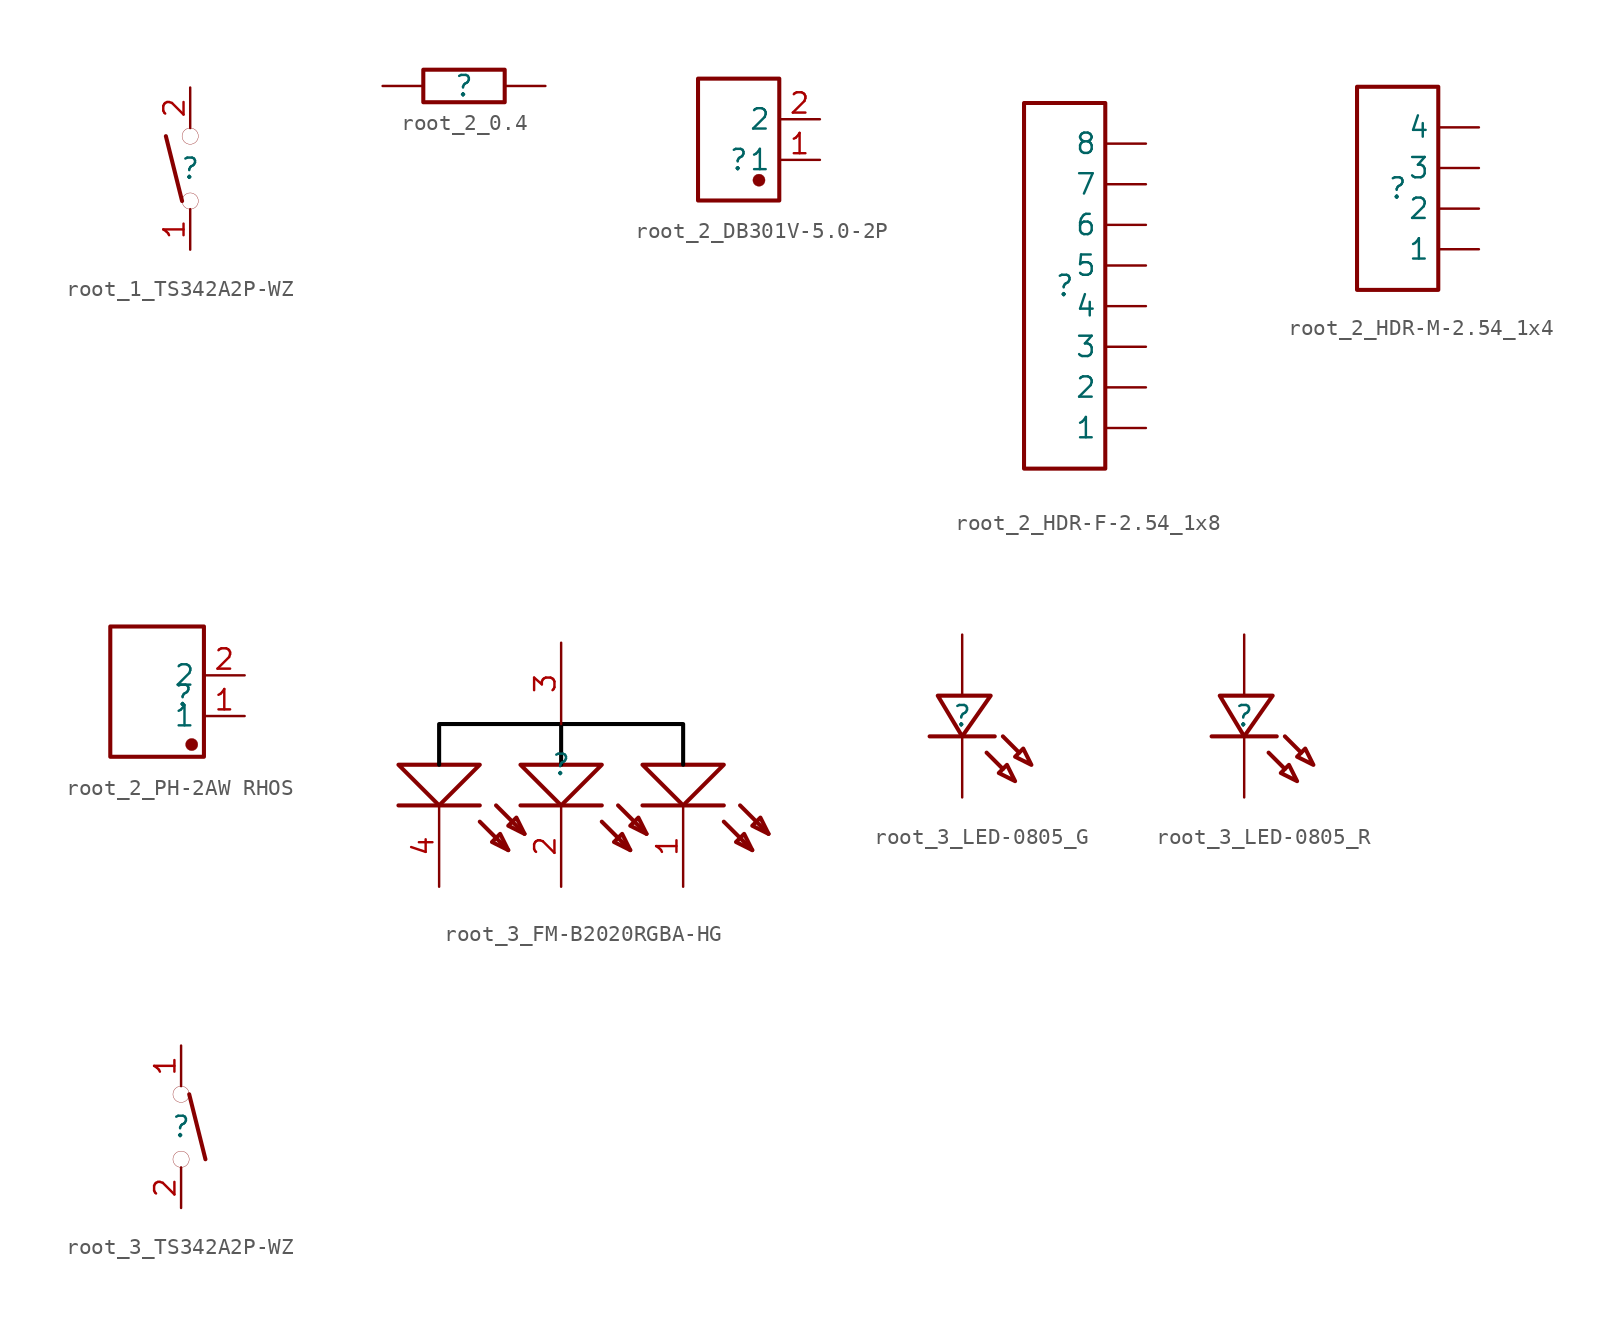
<source format=kicad_sym>
(kicad_symbol_lib
  (version 20220914)
  (generator kicad_symbol_editor)
  (symbol "root_1_TS342A2P-WZ"
    (property "Reference" ""
      (at 0 0 0)
      (effects (font (size 1.27 1.27))))
    (property "Value" ""
      (at 0 0 0)
      (effects (font (size 1.27 1.27))))
    (symbol "root_1_TS342A2P-WZ_1_0"
      (circle (center 0 -2.032) (radius 0.508) (stroke (width 0.0001) (type solid)) (fill (type none)))
      (polyline (pts (xy -1.524 2.032) (xy -0.508 -2.032)) (stroke (width 0.254) (type solid) (color 136 0 0 1)) (fill (type none)))
      (circle (center 0 2.032) (radius 0.508) (stroke (width 0.0001) (type solid)) (fill (type none)))
      (pin passive line (at 0 -5.08 90) (length 2.54) (name "1" (effects (font (size 0 0)))) (number "1" (effects (font (size 1.27 1.27)))))
      (pin passive line (at 0 5.08 270) (length 2.54) (name "2" (effects (font (size 0 0)))) (number "2" (effects (font (size 1.27 1.27)))))))
  (symbol "root_2_0.4"
    (property "Reference" ""
      (at 0 0 0)
      (effects (font (size 1.27 1.27))))
    (property "Value" ""
      (at 0 0 0)
      (effects (font (size 1.27 1.27))))
    (symbol "root_2_0.4_1_0"
      (rectangle (start 2.54 1.016) (end -2.54 -1.016) (stroke (width 0.254) (type solid)) (fill (type none)))
      (pin passive line (at 5.08 0 180) (length 2.54) (name "1" (effects (font (size 0 0)))) (number "1" (effects (font (size 0 0)))))
      (pin passive line (at -5.08 0 0) (length 2.54) (name "2" (effects (font (size 0 0)))) (number "2" (effects (font (size 0 0)))))))
  (symbol "root_2_DB301V-5.0-2P"
    (property "Reference" ""
      (at 0 0 0)
      (effects (font (size 1.27 1.27))))
    (property "Value" ""
      (at 0 0 0)
      (effects (font (size 1.27 1.27))))
    (symbol "root_2_DB301V-5.0-2P_1_0"
      (circle (center 1.27 -1.27) (radius 0.381) (stroke (width 0.0001) (type solid)) (fill (type color) (color 136 0 0 1)))
      (rectangle (start 2.54 5.08) (end -2.54 -2.54) (stroke (width 0.254) (type solid)) (fill (type none)))
      (pin passive line (at 5.08 0 180) (length 2.54) (name "1" (effects (font (size 1.27 1.27)))) (number "1" (effects (font (size 1.27 1.27)))))
      (pin passive line (at 5.08 2.54 180) (length 2.54) (name "2" (effects (font (size 1.27 1.27)))) (number "2" (effects (font (size 1.27 1.27)))))))
  (symbol "root_2_HDR-F-2.54_1x8"
    (property "Reference" ""
      (at 0 0 0)
      (effects (font (size 1.27 1.27))))
    (property "Value" ""
      (at 0 0 0)
      (effects (font (size 1.27 1.27))))
    (symbol "root_2_HDR-F-2.54_1x8_1_0"
      (rectangle (start 2.54 11.43) (end -2.54 -11.43) (stroke (width 0.254) (type solid)) (fill (type none)))
      (pin passive line (at 5.08 -8.89 180) (length 2.54) (name "1" (effects (font (size 1.27 1.27)))) (number "1" (effects (font (size 0 0)))))
      (pin passive line (at 5.08 -6.35 180) (length 2.54) (name "2" (effects (font (size 1.27 1.27)))) (number "2" (effects (font (size 0 0)))))
      (pin passive line (at 5.08 -3.81 180) (length 2.54) (name "3" (effects (font (size 1.27 1.27)))) (number "3" (effects (font (size 0 0)))))
      (pin passive line (at 5.08 -1.27 180) (length 2.54) (name "4" (effects (font (size 1.27 1.27)))) (number "4" (effects (font (size 0 0)))))
      (pin passive line (at 5.08 1.27 180) (length 2.54) (name "5" (effects (font (size 1.27 1.27)))) (number "5" (effects (font (size 0 0)))))
      (pin passive line (at 5.08 3.81 180) (length 2.54) (name "6" (effects (font (size 1.27 1.27)))) (number "6" (effects (font (size 0 0)))))
      (pin passive line (at 5.08 6.35 180) (length 2.54) (name "7" (effects (font (size 1.27 1.27)))) (number "7" (effects (font (size 0 0)))))
      (pin passive line (at 5.08 8.89 180) (length 2.54) (name "8" (effects (font (size 1.27 1.27)))) (number "8" (effects (font (size 0 0)))))))
  (symbol "root_2_HDR-M-2.54_1x4"
    (property "Reference" ""
      (at 0 0 0)
      (effects (font (size 1.27 1.27))))
    (property "Value" ""
      (at 0 0 0)
      (effects (font (size 1.27 1.27))))
    (symbol "root_2_HDR-M-2.54_1x4_1_0"
      (rectangle (start 2.54 6.35) (end -2.54 -6.35) (stroke (width 0.254) (type solid)) (fill (type none)))
      (pin passive line (at 5.08 -3.81 180) (length 2.54) (name "1" (effects (font (size 1.27 1.27)))) (number "1" (effects (font (size 0 0)))))
      (pin passive line (at 5.08 -1.27 180) (length 2.54) (name "2" (effects (font (size 1.27 1.27)))) (number "2" (effects (font (size 0 0)))))
      (pin passive line (at 5.08 1.27 180) (length 2.54) (name "3" (effects (font (size 1.27 1.27)))) (number "3" (effects (font (size 0 0)))))
      (pin passive line (at 5.08 3.81 180) (length 2.54) (name "4" (effects (font (size 1.27 1.27)))) (number "4" (effects (font (size 0 0)))))))
  (symbol "root_2_PH-2AW RHOS"
    (property "Reference" ""
      (at 0 0 0)
      (effects (font (size 1.27 1.27))))
    (property "Value" ""
      (at 0 0 0)
      (effects (font (size 1.27 1.27))))
    (symbol "root_2_PH-2AW RHOS_1_0"
      (circle (center 0.508 -3.048) (radius 0.381) (stroke (width 0.0001) (type solid)) (fill (type color) (color 136 0 0 1)))
      (rectangle (start 1.27 4.318) (end -4.572 -3.81) (stroke (width 0.254) (type solid)) (fill (type none)))
      (pin passive line (at 3.81 -1.27 180) (length 2.54) (name "1" (effects (font (size 1.27 1.27)))) (number "1" (effects (font (size 1.27 1.27)))))
      (pin passive line (at 3.81 1.27 180) (length 2.54) (name "2" (effects (font (size 1.27 1.27)))) (number "2" (effects (font (size 1.27 1.27)))))))
  (symbol "root_3_FM-B2020RGBA-HG"
    (property "Reference" ""
      (at 0 0 0)
      (effects (font (size 1.27 1.27))))
    (property "Value" ""
      (at 0 0 0)
      (effects (font (size 1.27 1.27))))
    (symbol "root_3_FM-B2020RGBA-HG_1_0"
      (polyline (pts (xy -5.08 -3.556) (xy -3.302 -5.334)) (stroke (width 0.254) (type solid) (color 136 0 0 1)) (fill (type none)))
      (polyline (pts (xy -5.08 -2.54) (xy -10.16 -2.54)) (stroke (width 0.254) (type solid) (color 136 0 0 1)) (fill (type none)))
      (polyline (pts (xy -4.064 -2.54) (xy -2.286 -4.318)) (stroke (width 0.254) (type solid) (color 136 0 0 1)) (fill (type none)))
      (polyline (pts (xy 0 0) (xy 0 2.54)) (stroke (width 0.254) (type solid) (color 0 0 0 1)) (fill (type none)))
      (polyline (pts (xy 2.54 -3.556) (xy 4.318 -5.334)) (stroke (width 0.254) (type solid) (color 136 0 0 1)) (fill (type none)))
      (polyline (pts (xy 2.54 -2.54) (xy -2.54 -2.54)) (stroke (width 0.254) (type solid) (color 136 0 0 1)) (fill (type none)))
      (polyline (pts (xy 3.556 -2.54) (xy 5.334 -4.318)) (stroke (width 0.254) (type solid) (color 136 0 0 1)) (fill (type none)))
      (polyline (pts (xy 10.16 -3.556) (xy 11.938 -5.334)) (stroke (width 0.254) (type solid) (color 136 0 0 1)) (fill (type none)))
      (polyline (pts (xy 10.16 -2.54) (xy 5.08 -2.54)) (stroke (width 0.254) (type solid) (color 136 0 0 1)) (fill (type none)))
      (polyline (pts (xy 11.176 -2.54) (xy 12.954 -4.318)) (stroke (width 0.254) (type solid) (color 136 0 0 1)) (fill (type none)))
      (polyline (pts (xy -10.16 0) (xy -7.62 -2.54) (xy -7.62 -2.54) (xy -5.08 0) (xy -5.08 0) (xy -10.16 0)) (stroke (width 0.254) (type solid) (color 136 0 0 1)) (fill (type none)))
      (polyline (pts (xy -3.302 -5.334) (xy -3.81 -4.318) (xy -3.81 -4.318) (xy -4.318 -4.826) (xy -4.318 -4.826) (xy -3.302 -5.334)) (stroke (width 0.254) (type solid) (color 136 0 0 1)) (fill (type none)))
      (polyline (pts (xy -2.54 0) (xy 0 -2.54) (xy 0 -2.54) (xy 2.54 0) (xy 2.54 0) (xy -2.54 0)) (stroke (width 0.254) (type solid) (color 136 0 0 1)) (fill (type none)))
      (polyline (pts (xy -2.286 -4.318) (xy -2.794 -3.302) (xy -2.794 -3.302) (xy -3.302 -3.81) (xy -3.302 -3.81) (xy -2.286 -4.318)) (stroke (width 0.254) (type solid) (color 136 0 0 1)) (fill (type none)))
      (polyline (pts (xy 4.318 -5.334) (xy 3.81 -4.318) (xy 3.81 -4.318) (xy 3.302 -4.826) (xy 3.302 -4.826) (xy 4.318 -5.334)) (stroke (width 0.254) (type solid) (color 136 0 0 1)) (fill (type none)))
      (polyline (pts (xy 5.08 0) (xy 7.62 -2.54) (xy 7.62 -2.54) (xy 10.16 0) (xy 10.16 0) (xy 5.08 0)) (stroke (width 0.254) (type solid) (color 136 0 0 1)) (fill (type none)))
      (polyline (pts (xy 5.334 -4.318) (xy 4.826 -3.302) (xy 4.826 -3.302) (xy 4.318 -3.81) (xy 4.318 -3.81) (xy 5.334 -4.318)) (stroke (width 0.254) (type solid) (color 136 0 0 1)) (fill (type none)))
      (polyline (pts (xy 7.62 0) (xy 7.62 2.54) (xy 7.62 2.54) (xy -7.62 2.54) (xy -7.62 2.54) (xy -7.62 0)) (stroke (width 0.254) (type solid) (color 0 0 0 1)) (fill (type none)))
      (polyline (pts (xy 11.938 -5.334) (xy 11.43 -4.318) (xy 11.43 -4.318) (xy 10.922 -4.826) (xy 10.922 -4.826) (xy 11.938 -5.334)) (stroke (width 0.254) (type solid) (color 136 0 0 1)) (fill (type none)))
      (polyline (pts (xy 12.954 -4.318) (xy 12.446 -3.302) (xy 12.446 -3.302) (xy 11.938 -3.81) (xy 11.938 -3.81) (xy 12.954 -4.318)) (stroke (width 0.254) (type solid) (color 136 0 0 1)) (fill (type none)))
      (pin passive line (at 7.62 -7.62 90) (length 5.08) (name "K" (effects (font (size 0 0)))) (number "1" (effects (font (size 1.27 1.27)))))
      (pin passive line (at 0 -7.62 90) (length 5.08) (name "K" (effects (font (size 0 0)))) (number "2" (effects (font (size 1.27 1.27)))))
      (pin passive line (at 0 7.62 270) (length 5.08) (name "A" (effects (font (size 0 0)))) (number "3" (effects (font (size 1.27 1.27)))))
      (pin passive line (at -7.62 -7.62 90) (length 5.08) (name "K" (effects (font (size 0 0)))) (number "4" (effects (font (size 1.27 1.27)))))))
  (symbol "root_3_LED-0805_G"
    (property "Reference" ""
      (at 0 0 0)
      (effects (font (size 1.27 1.27))))
    (property "Value" ""
      (at 0 0 0)
      (effects (font (size 1.27 1.27))))
    (symbol "root_3_LED-0805_G_1_0"
      (polyline (pts (xy 1.524 -2.286) (xy 2.54 -3.302)) (stroke (width 0.254) (type solid) (color 136 0 0 1)) (fill (type none)))
      (polyline (pts (xy 2.032 -1.27) (xy -2.032 -1.27)) (stroke (width 0.254) (type solid) (color 136 0 0 1)) (fill (type none)))
      (polyline (pts (xy 2.54 -1.27) (xy 3.556 -2.286)) (stroke (width 0.254) (type solid) (color 136 0 0 1)) (fill (type none)))
      (polyline (pts (xy -1.524 1.27) (xy 0 -1.27) (xy 0 -1.27) (xy 1.778 1.27) (xy 1.778 1.27) (xy -1.524 1.27)) (stroke (width 0.254) (type solid) (color 136 0 0 1)) (fill (type none)))
      (polyline (pts (xy 3.302 -4.064) (xy 2.794 -3.048) (xy 2.794 -3.048) (xy 2.286 -3.556) (xy 2.286 -3.556) (xy 3.302 -4.064)) (stroke (width 0.254) (type solid) (color 136 0 0 1)) (fill (type none)))
      (polyline (pts (xy 4.318 -3.048) (xy 3.81 -2.032) (xy 3.81 -2.032) (xy 3.302 -2.54) (xy 3.302 -2.54) (xy 4.318 -3.048)) (stroke (width 0.254) (type solid) (color 136 0 0 1)) (fill (type none)))
      (pin passive line (at 0 5.08 270) (length 3.81) (name "1" (effects (font (size 0 0)))) (number "1" (effects (font (size 0 0)))))
      (pin passive line (at 0 -5.08 90) (length 3.81) (name "2" (effects (font (size 0 0)))) (number "2" (effects (font (size 0 0)))))))
  (symbol "root_3_LED-0805_R"
    (property "Reference" ""
      (at 0 0 0)
      (effects (font (size 1.27 1.27))))
    (property "Value" ""
      (at 0 0 0)
      (effects (font (size 1.27 1.27))))
    (symbol "root_3_LED-0805_R_1_0"
      (polyline (pts (xy 1.524 -2.286) (xy 2.54 -3.302)) (stroke (width 0.254) (type solid) (color 136 0 0 1)) (fill (type none)))
      (polyline (pts (xy 2.032 -1.27) (xy -2.032 -1.27)) (stroke (width 0.254) (type solid) (color 136 0 0 1)) (fill (type none)))
      (polyline (pts (xy 2.54 -1.27) (xy 3.556 -2.286)) (stroke (width 0.254) (type solid) (color 136 0 0 1)) (fill (type none)))
      (polyline (pts (xy -1.524 1.27) (xy 0 -1.27) (xy 0 -1.27) (xy 1.778 1.27) (xy 1.778 1.27) (xy -1.524 1.27)) (stroke (width 0.254) (type solid) (color 136 0 0 1)) (fill (type none)))
      (polyline (pts (xy 3.302 -4.064) (xy 2.794 -3.048) (xy 2.794 -3.048) (xy 2.286 -3.556) (xy 2.286 -3.556) (xy 3.302 -4.064)) (stroke (width 0.254) (type solid) (color 136 0 0 1)) (fill (type none)))
      (polyline (pts (xy 4.318 -3.048) (xy 3.81 -2.032) (xy 3.81 -2.032) (xy 3.302 -2.54) (xy 3.302 -2.54) (xy 4.318 -3.048)) (stroke (width 0.254) (type solid) (color 136 0 0 1)) (fill (type none)))
      (pin passive line (at 0 5.08 270) (length 3.81) (name "1" (effects (font (size 0 0)))) (number "1" (effects (font (size 0 0)))))
      (pin passive line (at 0 -5.08 90) (length 3.81) (name "2" (effects (font (size 0 0)))) (number "2" (effects (font (size 0 0)))))))
  (symbol "root_3_TS342A2P-WZ"
    (property "Reference" ""
      (at 0 0 0)
      (effects (font (size 1.27 1.27))))
    (property "Value" ""
      (at 0 0 0)
      (effects (font (size 1.27 1.27))))
    (symbol "root_3_TS342A2P-WZ_1_0"
      (circle (center 0 -2.032) (radius 0.508) (stroke (width 0.0001) (type solid)) (fill (type none)))
      (polyline (pts (xy 1.524 -2.032) (xy 0.508 2.032)) (stroke (width 0.254) (type solid) (color 136 0 0 1)) (fill (type none)))
      (circle (center 0 2.032) (radius 0.508) (stroke (width 0.0001) (type solid)) (fill (type none)))
      (pin passive line (at 0 5.08 270) (length 2.54) (name "1" (effects (font (size 0 0)))) (number "1" (effects (font (size 1.27 1.27)))))
      (pin passive line (at 0 -5.08 90) (length 2.54) (name "2" (effects (font (size 0 0)))) (number "2" (effects (font (size 1.27 1.27))))))))
</source>
